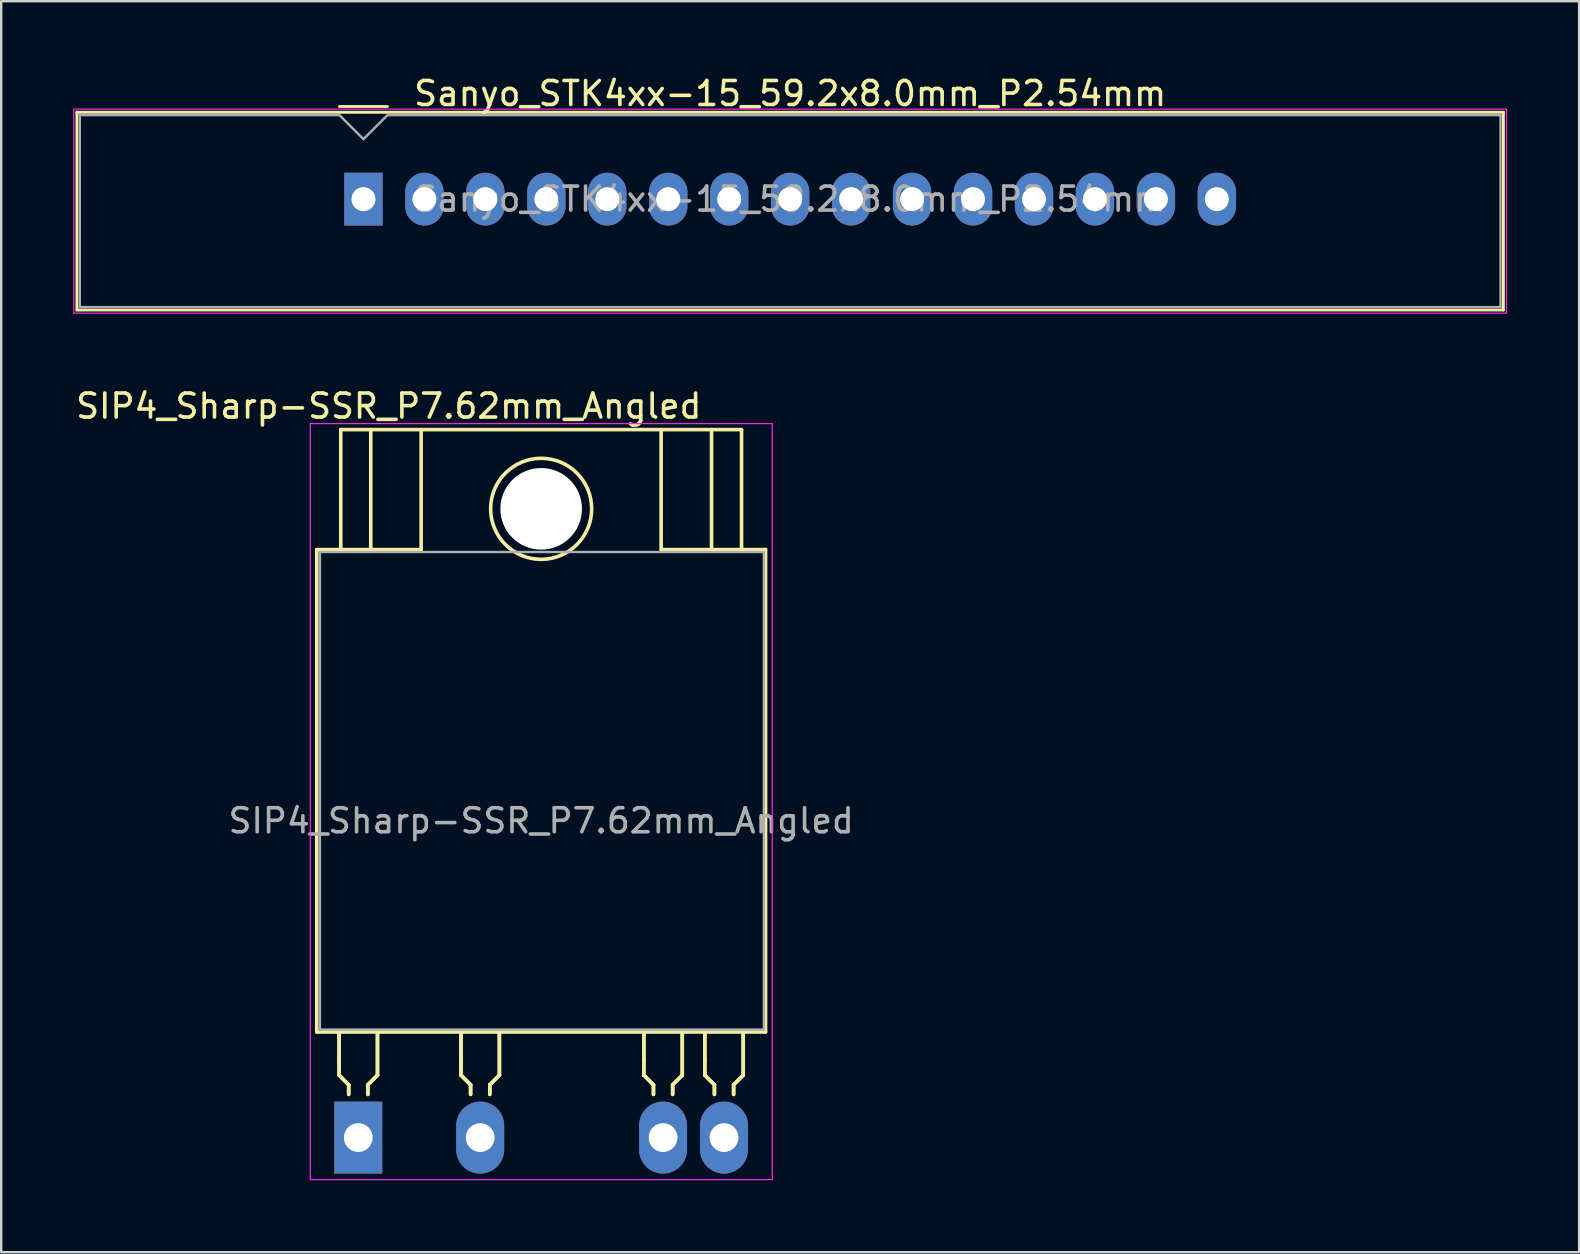
<source format=kicad_pcb>
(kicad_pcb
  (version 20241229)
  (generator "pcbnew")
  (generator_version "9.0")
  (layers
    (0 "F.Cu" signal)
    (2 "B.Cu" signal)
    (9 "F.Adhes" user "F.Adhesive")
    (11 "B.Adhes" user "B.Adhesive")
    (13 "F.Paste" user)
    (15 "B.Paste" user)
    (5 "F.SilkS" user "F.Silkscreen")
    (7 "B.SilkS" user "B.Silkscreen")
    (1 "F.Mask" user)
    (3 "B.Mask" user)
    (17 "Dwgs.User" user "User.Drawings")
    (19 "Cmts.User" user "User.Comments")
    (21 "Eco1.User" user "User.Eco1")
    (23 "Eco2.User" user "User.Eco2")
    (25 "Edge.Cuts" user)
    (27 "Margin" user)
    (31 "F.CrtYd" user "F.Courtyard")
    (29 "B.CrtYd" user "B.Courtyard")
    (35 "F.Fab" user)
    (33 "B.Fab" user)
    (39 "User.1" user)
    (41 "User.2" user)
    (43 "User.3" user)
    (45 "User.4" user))
  (footprint "Sanyo_STK4xx-15_59.2x8.0mm_P2.54mm"
    (layer "F.Cu")
    (at 12.095 5.248)
    (property "Reference" "Sanyo_STK4xx-15_59.2x8.0mm_P2.54mm" (at 17.78 -4.4 0) (layer "F.SilkS") (effects (font (size 1 1) (thickness 0.15))))
    (attr through_hole)
    (fp_line (start -11.94 -3.62) (end 47.5 -3.62) (stroke (width 0.12) (type solid)) (layer "F.SilkS"))
    (fp_line (start -11.94 4.62) (end -11.94 -3.63) (stroke (width 0.12) (type solid)) (layer "F.SilkS"))
    (fp_line (start 1 -3.86) (end -1 -3.86) (stroke (width 0.12) (type solid)) (layer "F.SilkS"))
    (fp_line (start 47.5 -3.62) (end 47.5 4.62) (stroke (width 0.12) (type solid)) (layer "F.SilkS"))
    (fp_line (start 47.5 4.62) (end -11.94 4.62) (stroke (width 0.12) (type solid)) (layer "F.SilkS"))
    (fp_line (start -12.07 -3.75) (end 47.63 -3.75) (stroke (width 0.05) (type solid)) (layer "F.CrtYd"))
    (fp_line (start -12.07 4.75) (end -12.07 -3.75) (stroke (width 0.05) (type solid)) (layer "F.CrtYd"))
    (fp_line (start 47.6 4.75) (end -12.07 4.75) (stroke (width 0.05) (type solid)) (layer "F.CrtYd"))
    (fp_line (start 47.63 -3.75) (end 47.63 4.75) (stroke (width 0.05) (type solid)) (layer "F.CrtYd"))
    (fp_line (start -11.82 -3.5) (end -1 -3.5) (stroke (width 0.1) (type solid)) (layer "F.Fab"))
    (fp_line (start -11.82 4.5) (end -11.82 -3.5) (stroke (width 0.1) (type solid)) (layer "F.Fab"))
    (fp_line (start -1 -3.5) (end 0 -2.5) (stroke (width 0.1) (type solid)) (layer "F.Fab"))
    (fp_line (start 0 -2.5) (end 1 -3.5) (stroke (width 0.1) (type solid)) (layer "F.Fab"))
    (fp_line (start 1 -3.5) (end 47.38 -3.5) (stroke (width 0.1) (type solid)) (layer "F.Fab"))
    (fp_line (start 47.38 -3.5) (end 47.38 4.5) (stroke (width 0.1) (type solid)) (layer "F.Fab"))
    (fp_line (start 47.38 4.5) (end -11.82 4.5) (stroke (width 0.1) (type solid)) (layer "F.Fab"))
    (fp_text user "${REFERENCE}" (at 17.78 0 0) (layer "F.Fab") (effects (font (size 1 1) (thickness 0.15))))
    (pad "1" thru_hole rect (at 0 0) (size 1.6 2.2) (drill 1) (layers "*.Cu" "*.Mask"))
    (pad "2" thru_hole oval (at 2.54 0) (size 1.6 2.2) (drill 1) (layers "*.Cu" "*.Mask"))
    (pad "3" thru_hole oval (at 5.08 0) (size 1.6 2.2) (drill 1) (layers "*.Cu" "*.Mask"))
    (pad "4" thru_hole oval (at 7.62 0) (size 1.6 2.2) (drill 1) (layers "*.Cu" "*.Mask"))
    (pad "5" thru_hole oval (at 10.16 0) (size 1.6 2.2) (drill 1) (layers "*.Cu" "*.Mask"))
    (pad "6" thru_hole oval (at 12.7 0) (size 1.6 2.2) (drill 1) (layers "*.Cu" "*.Mask"))
    (pad "7" thru_hole oval (at 15.24 0) (size 1.6 2.2) (drill 1) (layers "*.Cu" "*.Mask"))
    (pad "8" thru_hole oval (at 17.78 0) (size 1.6 2.2) (drill 1) (layers "*.Cu" "*.Mask"))
    (pad "9" thru_hole oval (at 20.32 0) (size 1.6 2.2) (drill 1) (layers "*.Cu" "*.Mask"))
    (pad "10" thru_hole oval (at 22.86 0) (size 1.6 2.2) (drill 1) (layers "*.Cu" "*.Mask"))
    (pad "11" thru_hole oval (at 25.4 0) (size 1.6 2.2) (drill 1) (layers "*.Cu" "*.Mask"))
    (pad "12" thru_hole oval (at 27.94 0) (size 1.6 2.2) (drill 1) (layers "*.Cu" "*.Mask"))
    (pad "13" thru_hole oval (at 30.48 0) (size 1.6 2.2) (drill 1) (layers "*.Cu" "*.Mask"))
    (pad "14" thru_hole oval (at 33.02 0) (size 1.6 2.2) (drill 1) (layers "*.Cu" "*.Mask"))
    (pad "15" thru_hole oval (at 35.56 0) (size 1.6 2.2) (drill 1) (layers "*.Cu" "*.Mask")))
  (footprint "SIP4_Sharp-SSR_P7.62mm_Angled"
    (layer "F.Cu")
    (at 11.879 44.352)
    (property "Reference" "SIP4_Sharp-SSR_P7.62mm_Angled" (at 1.27 -30.48 0) (layer "F.SilkS") (effects (font (size 1 1) (thickness 0.15))))
    (attr through_hole)
    (fp_line (start -1.73 -24.5) (end 2.62 -24.5) (stroke (width 0.15) (type solid)) (layer "F.SilkS"))
    (fp_line (start -1.73 -4.4) (end -1.73 -24.5) (stroke (width 0.15) (type solid)) (layer "F.SilkS"))
    (fp_line (start -0.8 -3.2) (end -0.8 -4.4) (stroke (width 0.15) (type solid)) (layer "F.SilkS"))
    (fp_line (start -0.8 -3.2) (end -0.8 -4.4) (stroke (width 0.15) (type solid)) (layer "F.SilkS"))
    (fp_line (start -0.8 -2.6) (end -0.8 -3.2) (stroke (width 0.15) (type solid)) (layer "F.SilkS"))
    (fp_line (start -0.8 -2.6) (end -0.8 -3.2) (stroke (width 0.15) (type solid)) (layer "F.SilkS"))
    (fp_line (start -0.73 -29.5) (end 15.97 -29.5) (stroke (width 0.15) (type solid)) (layer "F.SilkS"))
    (fp_line (start -0.73 -24.5) (end -0.73 -29.5) (stroke (width 0.15) (type solid)) (layer "F.SilkS"))
    (fp_line (start -0.4 -2.2) (end -0.8 -2.6) (stroke (width 0.15) (type solid)) (layer "F.SilkS"))
    (fp_line (start -0.4 -2.2) (end -0.8 -2.6) (stroke (width 0.15) (type solid)) (layer "F.SilkS"))
    (fp_line (start -0.4 -2.2) (end -0.4 -1.8) (stroke (width 0.15) (type solid)) (layer "F.SilkS"))
    (fp_line (start -0.4 -2.2) (end -0.4 -1.8) (stroke (width 0.15) (type solid)) (layer "F.SilkS"))
    (fp_line (start 0.4 -2.2) (end 0.8 -2.6) (stroke (width 0.15) (type solid)) (layer "F.SilkS"))
    (fp_line (start 0.4 -2.2) (end 0.8 -2.6) (stroke (width 0.15) (type solid)) (layer "F.SilkS"))
    (fp_line (start 0.4 -1.8) (end 0.4 -2.2) (stroke (width 0.15) (type solid)) (layer "F.SilkS"))
    (fp_line (start 0.4 -1.8) (end 0.4 -2.2) (stroke (width 0.15) (type solid)) (layer "F.SilkS"))
    (fp_line (start 0.52 -24.5) (end 0.52 -29.5) (stroke (width 0.15) (type solid)) (layer "F.SilkS"))
    (fp_line (start 0.8 -2.6) (end 0.8 -4.4) (stroke (width 0.15) (type solid)) (layer "F.SilkS"))
    (fp_line (start 0.8 -2.6) (end 0.8 -4.4) (stroke (width 0.15) (type solid)) (layer "F.SilkS"))
    (fp_line (start 2.62 -29.5) (end 2.62 -24.5) (stroke (width 0.15) (type solid)) (layer "F.SilkS"))
    (fp_line (start 4.28 -3.2) (end 4.28 -4.4) (stroke (width 0.15) (type solid)) (layer "F.SilkS"))
    (fp_line (start 4.28 -3.2) (end 4.28 -4.4) (stroke (width 0.15) (type solid)) (layer "F.SilkS"))
    (fp_line (start 4.28 -2.6) (end 4.28 -3.2) (stroke (width 0.15) (type solid)) (layer "F.SilkS"))
    (fp_line (start 4.28 -2.6) (end 4.28 -3.2) (stroke (width 0.15) (type solid)) (layer "F.SilkS"))
    (fp_line (start 4.68 -2.2) (end 4.28 -2.6) (stroke (width 0.15) (type solid)) (layer "F.SilkS"))
    (fp_line (start 4.68 -2.2) (end 4.28 -2.6) (stroke (width 0.15) (type solid)) (layer "F.SilkS"))
    (fp_line (start 4.68 -2.2) (end 4.68 -1.8) (stroke (width 0.15) (type solid)) (layer "F.SilkS"))
    (fp_line (start 4.68 -2.2) (end 4.68 -1.8) (stroke (width 0.15) (type solid)) (layer "F.SilkS"))
    (fp_line (start 5.48 -2.2) (end 5.88 -2.6) (stroke (width 0.15) (type solid)) (layer "F.SilkS"))
    (fp_line (start 5.48 -2.2) (end 5.88 -2.6) (stroke (width 0.15) (type solid)) (layer "F.SilkS"))
    (fp_line (start 5.48 -1.8) (end 5.48 -2.2) (stroke (width 0.15) (type solid)) (layer "F.SilkS"))
    (fp_line (start 5.48 -1.8) (end 5.48 -2.2) (stroke (width 0.15) (type solid)) (layer "F.SilkS"))
    (fp_line (start 5.88 -2.6) (end 5.88 -4.4) (stroke (width 0.15) (type solid)) (layer "F.SilkS"))
    (fp_line (start 5.88 -2.6) (end 5.88 -4.4) (stroke (width 0.15) (type solid)) (layer "F.SilkS"))
    (fp_line (start 11.9 -3.2) (end 11.9 -4.4) (stroke (width 0.15) (type solid)) (layer "F.SilkS"))
    (fp_line (start 11.9 -3.2) (end 11.9 -4.4) (stroke (width 0.15) (type solid)) (layer "F.SilkS"))
    (fp_line (start 11.9 -2.6) (end 11.9 -3.2) (stroke (width 0.15) (type solid)) (layer "F.SilkS"))
    (fp_line (start 11.9 -2.6) (end 11.9 -3.2) (stroke (width 0.15) (type solid)) (layer "F.SilkS"))
    (fp_line (start 12.3 -2.2) (end 11.9 -2.6) (stroke (width 0.15) (type solid)) (layer "F.SilkS"))
    (fp_line (start 12.3 -2.2) (end 11.9 -2.6) (stroke (width 0.15) (type solid)) (layer "F.SilkS"))
    (fp_line (start 12.3 -2.2) (end 12.3 -1.8) (stroke (width 0.15) (type solid)) (layer "F.SilkS"))
    (fp_line (start 12.3 -2.2) (end 12.3 -1.8) (stroke (width 0.15) (type solid)) (layer "F.SilkS"))
    (fp_line (start 12.62 -29.5) (end 12.62 -24.5) (stroke (width 0.15) (type solid)) (layer "F.SilkS"))
    (fp_line (start 12.62 -24.5) (end 16.97 -24.5) (stroke (width 0.15) (type solid)) (layer "F.SilkS"))
    (fp_line (start 13.1 -2.2) (end 13.5 -2.6) (stroke (width 0.15) (type solid)) (layer "F.SilkS"))
    (fp_line (start 13.1 -2.2) (end 13.5 -2.6) (stroke (width 0.15) (type solid)) (layer "F.SilkS"))
    (fp_line (start 13.1 -1.8) (end 13.1 -2.2) (stroke (width 0.15) (type solid)) (layer "F.SilkS"))
    (fp_line (start 13.1 -1.8) (end 13.1 -2.2) (stroke (width 0.15) (type solid)) (layer "F.SilkS"))
    (fp_line (start 13.5 -2.6) (end 13.5 -4.4) (stroke (width 0.15) (type solid)) (layer "F.SilkS"))
    (fp_line (start 13.5 -2.6) (end 13.5 -4.4) (stroke (width 0.15) (type solid)) (layer "F.SilkS"))
    (fp_line (start 14.44 -3.2) (end 14.44 -4.4) (stroke (width 0.15) (type solid)) (layer "F.SilkS"))
    (fp_line (start 14.44 -3.2) (end 14.44 -4.4) (stroke (width 0.15) (type solid)) (layer "F.SilkS"))
    (fp_line (start 14.44 -2.6) (end 14.44 -3.2) (stroke (width 0.15) (type solid)) (layer "F.SilkS"))
    (fp_line (start 14.44 -2.6) (end 14.44 -3.2) (stroke (width 0.15) (type solid)) (layer "F.SilkS"))
    (fp_line (start 14.72 -24.5) (end 14.72 -29.5) (stroke (width 0.15) (type solid)) (layer "F.SilkS"))
    (fp_line (start 14.84 -2.2) (end 14.44 -2.6) (stroke (width 0.15) (type solid)) (layer "F.SilkS"))
    (fp_line (start 14.84 -2.2) (end 14.44 -2.6) (stroke (width 0.15) (type solid)) (layer "F.SilkS"))
    (fp_line (start 14.84 -2.2) (end 14.84 -1.8) (stroke (width 0.15) (type solid)) (layer "F.SilkS"))
    (fp_line (start 14.84 -2.2) (end 14.84 -1.8) (stroke (width 0.15) (type solid)) (layer "F.SilkS"))
    (fp_line (start 15.64 -2.2) (end 16.04 -2.6) (stroke (width 0.15) (type solid)) (layer "F.SilkS"))
    (fp_line (start 15.64 -2.2) (end 16.04 -2.6) (stroke (width 0.15) (type solid)) (layer "F.SilkS"))
    (fp_line (start 15.64 -1.8) (end 15.64 -2.2) (stroke (width 0.15) (type solid)) (layer "F.SilkS"))
    (fp_line (start 15.64 -1.8) (end 15.64 -2.2) (stroke (width 0.15) (type solid)) (layer "F.SilkS"))
    (fp_line (start 15.97 -24.5) (end 15.97 -29.5) (stroke (width 0.15) (type solid)) (layer "F.SilkS"))
    (fp_line (start 16.04 -2.6) (end 16.04 -4.4) (stroke (width 0.15) (type solid)) (layer "F.SilkS"))
    (fp_line (start 16.04 -2.6) (end 16.04 -4.4) (stroke (width 0.15) (type solid)) (layer "F.SilkS"))
    (fp_line (start 16.97 -24.5) (end 16.97 -4.4) (stroke (width 0.15) (type solid)) (layer "F.SilkS"))
    (fp_line (start 16.97 -4.4) (end -1.73 -4.4) (stroke (width 0.15) (type solid)) (layer "F.SilkS"))
    (fp_circle (center 7.62 -26.2) (end 9.35 -27.4) (stroke (width 0.15) (type solid)) (fill no) (layer "F.SilkS"))
    (fp_line (start -2 -29.75) (end 17.25 -29.75) (stroke (width 0.05) (type solid)) (layer "F.CrtYd"))
    (fp_line (start -2 1.75) (end -2 -29.75) (stroke (width 0.05) (type solid)) (layer "F.CrtYd"))
    (fp_line (start 17.25 -29.75) (end 17.25 1.75) (stroke (width 0.05) (type solid)) (layer "F.CrtYd"))
    (fp_line (start 17.25 1.75) (end -2 1.75) (stroke (width 0.05) (type solid)) (layer "F.CrtYd"))
    (fp_line (start -1.6 -24.4) (end 16.9 -24.4) (stroke (width 0.1) (type solid)) (layer "F.Fab"))
    (fp_line (start -1.6 -4.5) (end -1.6 -24.4) (stroke (width 0.1) (type solid)) (layer "F.Fab"))
    (fp_line (start 16.9 -24.4) (end 16.9 -4.5) (stroke (width 0.1) (type solid)) (layer "F.Fab"))
    (fp_line (start 16.9 -4.5) (end -1.6 -4.5) (stroke (width 0.1) (type solid)) (layer "F.Fab"))
    (fp_text user "${REFERENCE}" (at 7.62 -13.2 0) (layer "F.Fab") (effects (font (size 1 1) (thickness 0.15))))
    (pad "" np_thru_hole circle (at 7.62 -26.2) (size 3.4 3.4) (drill 3.4) (layers "*.Cu" "*.Mask"))
    (pad "1" thru_hole rect (at 0 0) (size 2 3) (drill 1.2) (layers "*.Cu" "*.Mask"))
    (pad "2" thru_hole oval (at 5.08 0) (size 2 3) (drill 1.2) (layers "*.Cu" "*.Mask"))
    (pad "3" thru_hole oval (at 12.7 0) (size 2 3) (drill 1.2) (layers "*.Cu" "*.Mask"))
    (pad "4" thru_hole oval (at 15.24 0) (size 2 3) (drill 1.2) (layers "*.Cu" "*.Mask")))
  (gr_rect
    (start -3 -3)
    (end 62.75 49.127)
    (stroke (width 0.1) (type default))
    (fill no)
    (layer "Edge.Cuts")))
</source>
